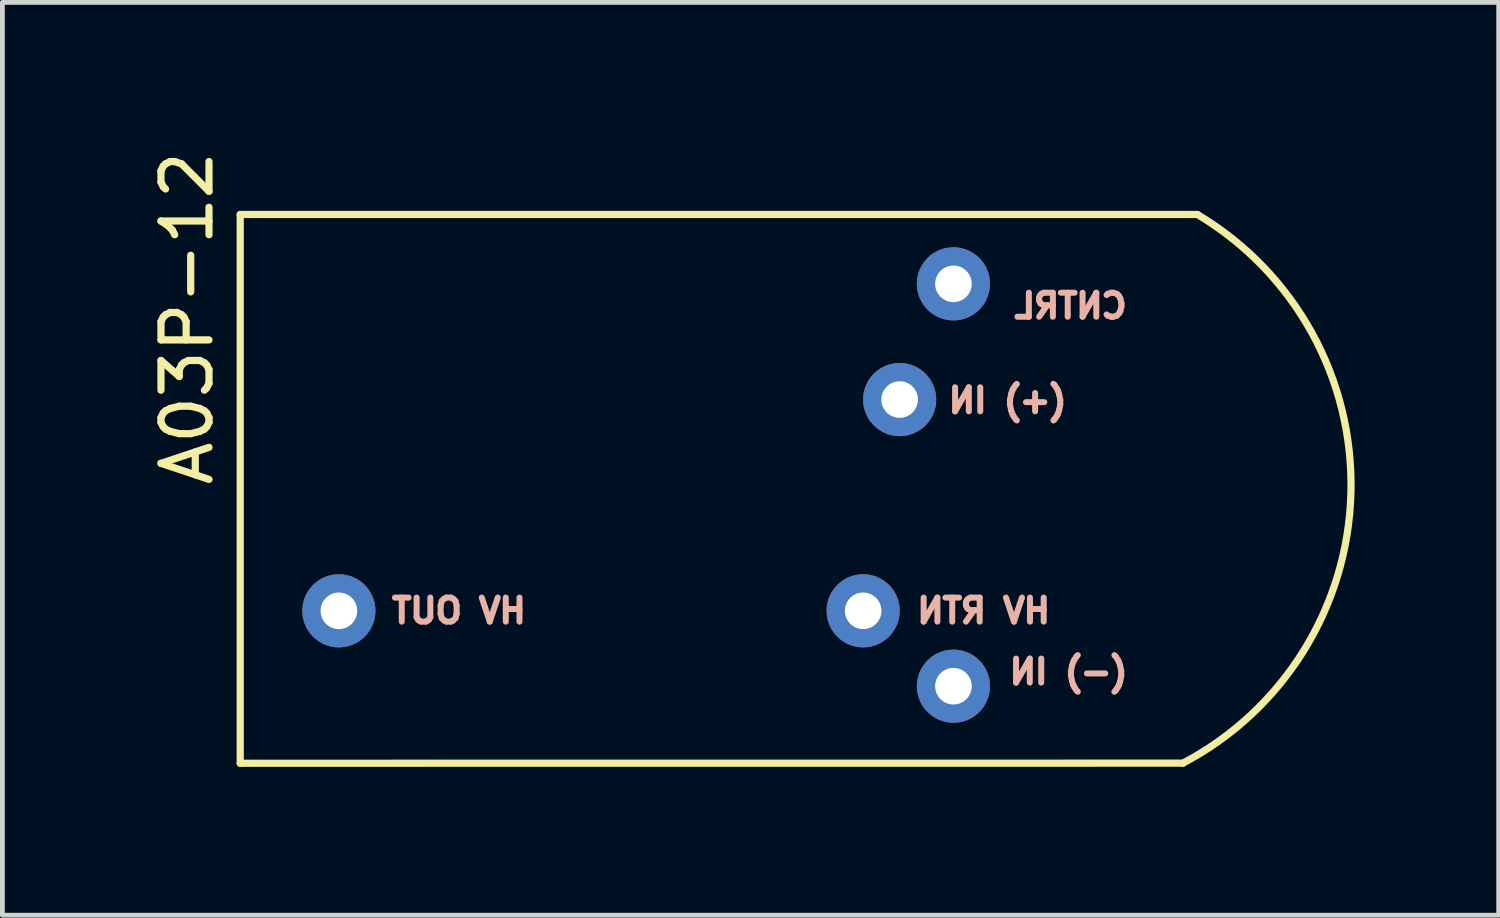
<source format=kicad_pcb>
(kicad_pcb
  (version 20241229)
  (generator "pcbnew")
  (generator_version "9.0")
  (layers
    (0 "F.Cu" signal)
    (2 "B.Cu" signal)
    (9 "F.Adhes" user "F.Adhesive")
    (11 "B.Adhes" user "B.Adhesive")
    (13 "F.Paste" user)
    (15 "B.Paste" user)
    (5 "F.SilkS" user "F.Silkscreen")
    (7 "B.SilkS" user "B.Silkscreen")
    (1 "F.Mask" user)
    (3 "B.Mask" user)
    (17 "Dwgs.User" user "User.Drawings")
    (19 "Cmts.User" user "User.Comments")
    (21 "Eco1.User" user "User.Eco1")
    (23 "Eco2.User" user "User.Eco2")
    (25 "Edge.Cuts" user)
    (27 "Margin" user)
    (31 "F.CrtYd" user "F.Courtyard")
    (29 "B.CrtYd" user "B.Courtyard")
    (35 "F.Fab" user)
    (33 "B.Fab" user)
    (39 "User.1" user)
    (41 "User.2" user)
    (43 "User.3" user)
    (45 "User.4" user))
  (footprint "A03P-12"
    (layer "F.Cu")
    (at 2.028 12.762)
    (property "Reference" "A03P-12" (at -1.18 -9.185 90) (layer "F.SilkS") (effects (font (size 1 1) (thickness 0.15))))
    (attr through_hole)
    (fp_line (start -0.075 -11.345) (end -0.075 0.085) (stroke (width 0.15) (type solid)) (layer "F.SilkS"))
    (fp_line (start -0.075 -11.345) (end 19.86 -11.345) (stroke (width 0.15) (type solid)) (layer "F.SilkS"))
    (fp_line (start -0.075 0.085) (end 19.56 0.083) (stroke (width 0.15) (type solid)) (layer "F.SilkS"))
    (fp_arc (start 19.86 -11.345) (mid 23.059034 -5.543076) (end 19.559994 0.083011) (stroke (width 0.15) (type solid)) (layer "F.SilkS"))
    (fp_text user "CNTRL" (at 17.22 -9.44 0) (layer "B.SilkS") (effects (font (size 0.5 0.5) (thickness 0.125)) (justify mirror)))
    (fp_text user "(+) IN" (at 15.91 -7.47 0) (layer "B.SilkS") (effects (font (size 0.5 0.5) (thickness 0.125)) (justify mirror)))
    (fp_text user "HV RTN" (at 15.41 -3.09 0) (layer "B.SilkS") (effects (font (size 0.5 0.5) (thickness 0.125)) (justify mirror)))
    (fp_text user "(-) IN" (at 17.18 -1.82 0) (layer "B.SilkS") (effects (font (size 0.5 0.5) (thickness 0.125)) (justify mirror)))
    (fp_text user "HV OUT" (at 4.48 -3.09 0) (layer "B.SilkS") (effects (font (size 0.5 0.5) (thickness 0.125)) (justify mirror)))
    (pad "1" thru_hole circle (at 14.78 -1.52) (size 1.524 1.524) (drill 0.762) (layers "*.Cu" "*.Mask"))
    (pad "2" thru_hole circle (at 13.66 -7.49) (size 1.524 1.524) (drill 0.762) (layers "*.Cu" "*.Mask"))
    (pad "3" thru_hole circle (at 1.98 -3.09) (size 1.524 1.524) (drill 0.762) (layers "*.Cu" "*.Mask"))
    (pad "4" thru_hole circle (at 12.9 -3.09) (size 1.524 1.524) (drill 0.762) (layers "*.Cu" "*.Mask"))
    (pad "5" thru_hole circle (at 14.78 -9.9) (size 1.524 1.524) (drill 0.762) (layers "*.Cu" "*.Mask")))
  (gr_rect
    (start -3 -3)
    (end 28.165 16.012)
    (stroke (width 0.1) (type default))
    (fill no)
    (layer "Edge.Cuts")))
</source>
